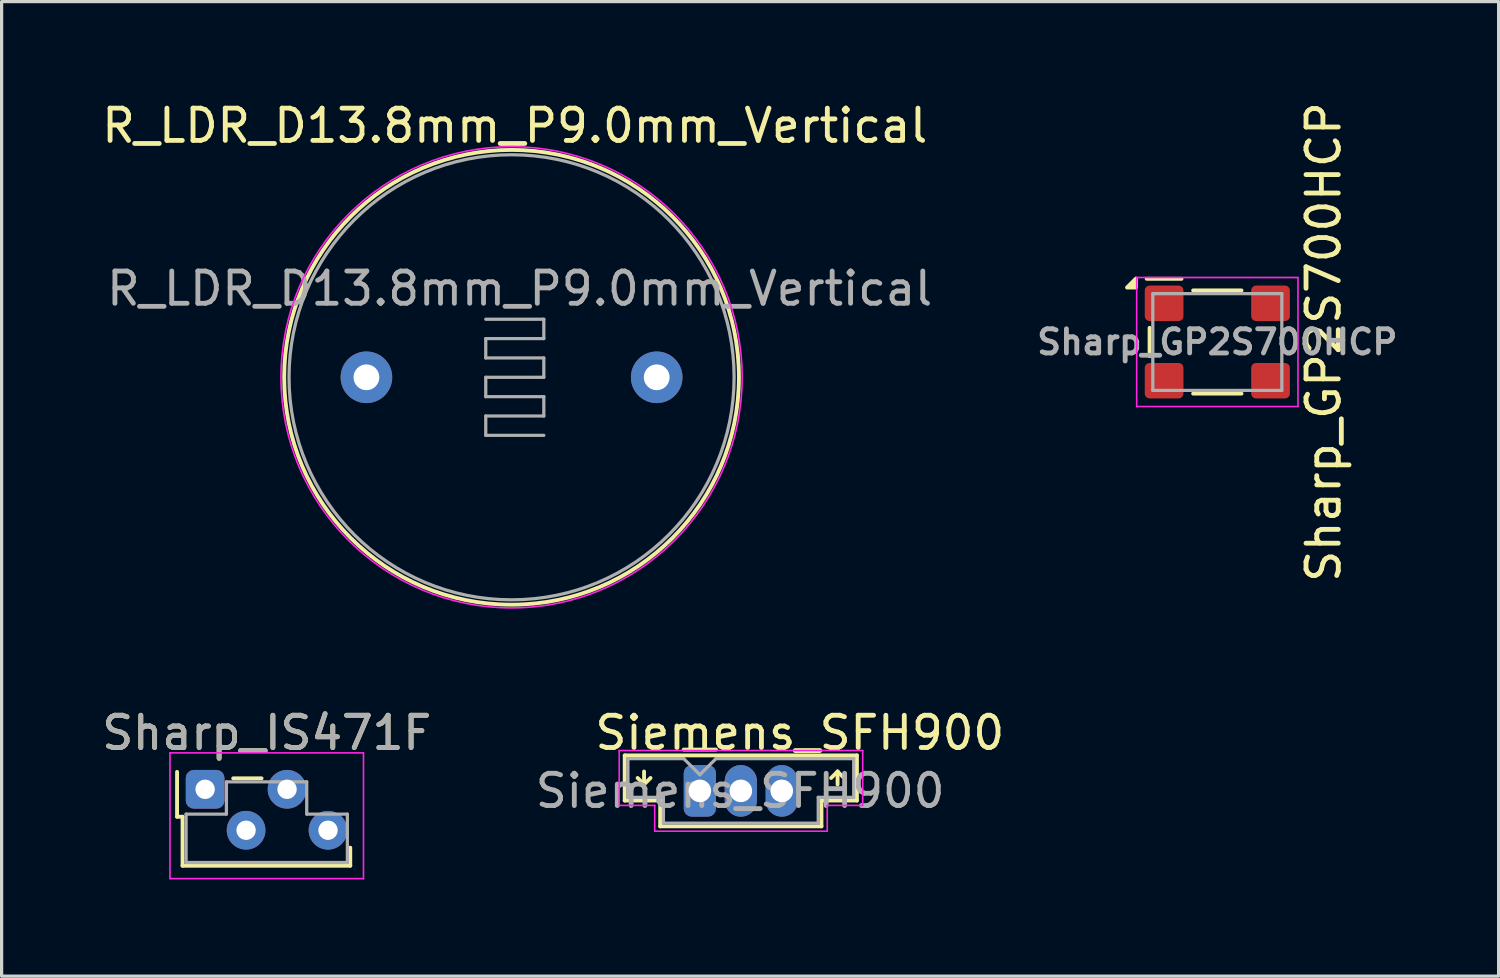
<source format=kicad_pcb>
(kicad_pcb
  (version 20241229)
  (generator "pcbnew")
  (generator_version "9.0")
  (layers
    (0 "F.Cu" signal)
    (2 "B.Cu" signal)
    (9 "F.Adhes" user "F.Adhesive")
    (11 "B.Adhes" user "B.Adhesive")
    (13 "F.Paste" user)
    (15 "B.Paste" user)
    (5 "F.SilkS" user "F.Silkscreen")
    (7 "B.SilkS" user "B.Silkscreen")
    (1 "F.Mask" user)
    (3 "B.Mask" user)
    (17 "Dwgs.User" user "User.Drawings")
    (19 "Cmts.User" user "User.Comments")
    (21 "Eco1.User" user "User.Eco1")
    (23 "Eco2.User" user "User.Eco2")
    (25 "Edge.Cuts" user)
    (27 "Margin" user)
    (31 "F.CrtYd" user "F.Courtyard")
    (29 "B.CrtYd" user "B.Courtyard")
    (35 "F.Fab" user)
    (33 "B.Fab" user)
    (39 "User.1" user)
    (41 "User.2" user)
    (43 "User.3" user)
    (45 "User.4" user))
  (footprint "R_LDR_D13.8mm_P9.0mm_Vertical"
    (layer "F.Cu")
    (at 8.311 8.648)
    (property "Reference" "R_LDR_D13.8mm_P9.0mm_Vertical" (at 4.6 -7.8 0) (layer "F.SilkS") (effects (font (size 1 1) (thickness 0.15))))
    (attr through_hole)
    (fp_circle (center 4.5 0) (end -2.55 0) (stroke (width 0.12) (type solid)) (fill no) (layer "F.SilkS"))
    (fp_circle (center 4.5 0) (end -2.65 0) (stroke (width 0.05) (type solid)) (fill no) (layer "F.CrtYd"))
    (fp_line (start 3.7 -1.8) (end 5.5 -1.8) (stroke (width 0.1) (type solid)) (layer "F.Fab"))
    (fp_line (start 3.7 -1.2) (end 3.7 -0.6) (stroke (width 0.1) (type solid)) (layer "F.Fab"))
    (fp_line (start 3.7 -0.6) (end 5.5 -0.6) (stroke (width 0.1) (type solid)) (layer "F.Fab"))
    (fp_line (start 3.7 0) (end 3.7 0.6) (stroke (width 0.1) (type solid)) (layer "F.Fab"))
    (fp_line (start 3.7 0.6) (end 5.5 0.6) (stroke (width 0.1) (type solid)) (layer "F.Fab"))
    (fp_line (start 3.7 1.2) (end 3.7 1.8) (stroke (width 0.1) (type solid)) (layer "F.Fab"))
    (fp_line (start 3.7 1.8) (end 5.5 1.8) (stroke (width 0.1) (type solid)) (layer "F.Fab"))
    (fp_line (start 5.5 -1.8) (end 5.5 -1.2) (stroke (width 0.1) (type solid)) (layer "F.Fab"))
    (fp_line (start 5.5 -1.2) (end 3.7 -1.2) (stroke (width 0.1) (type solid)) (layer "F.Fab"))
    (fp_line (start 5.5 -0.6) (end 5.5 0) (stroke (width 0.1) (type solid)) (layer "F.Fab"))
    (fp_line (start 5.5 0) (end 3.7 0) (stroke (width 0.1) (type solid)) (layer "F.Fab"))
    (fp_line (start 5.5 0.6) (end 5.5 1.2) (stroke (width 0.1) (type solid)) (layer "F.Fab"))
    (fp_line (start 5.5 1.2) (end 3.7 1.2) (stroke (width 0.1) (type solid)) (layer "F.Fab"))
    (fp_circle (center 4.5 0) (end -2.4 0) (stroke (width 0.1) (type solid)) (fill no) (layer "F.Fab"))
    (fp_text user "${REFERENCE}" (at 4.75 -2.75 0) (layer "F.Fab") (effects (font (size 1 1) (thickness 0.15))))
    (pad "1" thru_hole circle (at 0 0) (size 1.6 1.6) (drill 0.8) (layers "*.Cu" "*.Mask"))
    (pad "2" thru_hole circle (at 9 0) (size 1.6 1.6) (drill 0.8) (layers "*.Cu" "*.Mask")))
  (footprint "Sharp_IS471F"
    (layer "F.Cu")
    (at 3.31 21.422)
    (property "Reference" "Sharp_IS471F" (at 1.91 -1.75 0) (layer "F.SilkS") (effects (font (size 1 1) (thickness 0.15))))
    (attr through_hole)
    (fp_line (start -0.87 0.85) (end -0.87 -0.54) (stroke (width 0.12) (type solid)) (layer "F.SilkS"))
    (fp_line (start -0.87 0.85) (end -0.7 0.85) (stroke (width 0.12) (type solid)) (layer "F.SilkS"))
    (fp_line (start -0.7 2.37) (end -0.7 0.85) (stroke (width 0.12) (type solid)) (layer "F.SilkS"))
    (fp_line (start -0.7 2.37) (end 4.5 2.37) (stroke (width 0.12) (type solid)) (layer "F.SilkS"))
    (fp_line (start 1.75 -0.34) (end 0.87 -0.34) (stroke (width 0.12) (type solid)) (layer "F.SilkS"))
    (fp_line (start 4.5 2.37) (end 4.5 1.81) (stroke (width 0.12) (type solid)) (layer "F.SilkS"))
    (fp_line (start -1.09 -1.13) (end -1.09 2.77) (stroke (width 0.05) (type solid)) (layer "F.CrtYd"))
    (fp_line (start -1.09 2.77) (end 4.91 2.77) (stroke (width 0.05) (type solid)) (layer "F.CrtYd"))
    (fp_line (start 4.91 -1.13) (end -1.09 -1.13) (stroke (width 0.05) (type solid)) (layer "F.CrtYd"))
    (fp_line (start 4.91 2.77) (end 4.91 -1.13) (stroke (width 0.05) (type solid)) (layer "F.CrtYd"))
    (fp_line (start -0.59 0.77) (end -0.59 2.27) (stroke (width 0.1) (type solid)) (layer "F.Fab"))
    (fp_line (start -0.59 2.27) (end 4.41 2.27) (stroke (width 0.1) (type solid)) (layer "F.Fab"))
    (fp_line (start 0.66 -0.23) (end 0.66 0.77) (stroke (width 0.1) (type solid)) (layer "F.Fab"))
    (fp_line (start 0.66 0.77) (end -0.59 0.77) (stroke (width 0.1) (type solid)) (layer "F.Fab"))
    (fp_line (start 3.15 -0.23) (end 0.66 -0.23) (stroke (width 0.1) (type solid)) (layer "F.Fab"))
    (fp_line (start 3.15 0.77) (end 3.15 -0.23) (stroke (width 0.1) (type solid)) (layer "F.Fab"))
    (fp_line (start 4.41 0.77) (end 3.15 0.77) (stroke (width 0.1) (type solid)) (layer "F.Fab"))
    (fp_line (start 4.41 2.27) (end 4.41 0.77) (stroke (width 0.1) (type solid)) (layer "F.Fab"))
    (fp_text user "${REFERENCE}" (at 1.91 -1.75 0) (layer "F.Fab") (effects (font (size 1 1) (thickness 0.15))))
    (pad "1" thru_hole roundrect (at 0 0) (size 1.2 1.2) (drill 0.6) (layers "*.Cu" "*.Mask") (roundrect_rratio 0.208))
    (pad "2" thru_hole circle (at 1.27 1.27) (size 1.2 1.2) (drill 0.6) (layers "*.Cu" "*.Mask"))
    (pad "3" thru_hole circle (at 2.54 0) (size 1.2 1.2) (drill 0.6) (layers "*.Cu" "*.Mask"))
    (pad "4" thru_hole circle (at 3.81 1.27) (size 1.2 1.2) (drill 0.6) (layers "*.Cu" "*.Mask")))
  (footprint "Siemens_SFH900"
    (layer "F.Cu")
    (at 18.649 21.471)
    (property "Reference" "Siemens_SFH900" (at 3.1 -1.8 0) (layer "F.SilkS") (effects (font (size 1 1) (thickness 0.15))))
    (attr through_hole)
    (fp_line (start -2.33 -1.1) (end 4.87 -1.1) (stroke (width 0.12) (type solid)) (layer "F.SilkS"))
    (fp_line (start -2.33 0.3) (end -2.33 -1.1) (stroke (width 0.12) (type solid)) (layer "F.SilkS"))
    (fp_line (start -1.73 -0.6) (end -1.73 -0.2) (stroke (width 0.12) (type solid)) (layer "F.SilkS"))
    (fp_line (start -1.73 -0.2) (end -1.93 -0.4) (stroke (width 0.12) (type solid)) (layer "F.SilkS"))
    (fp_line (start -1.73 -0.2) (end -1.53 -0.4) (stroke (width 0.12) (type solid)) (layer "F.SilkS"))
    (fp_line (start -1.23 0.3) (end -2.33 0.3) (stroke (width 0.12) (type solid)) (layer "F.SilkS"))
    (fp_line (start -1.23 1.1) (end -1.23 0.3) (stroke (width 0.12) (type solid)) (layer "F.SilkS"))
    (fp_line (start -0.5 -1.28) (end 0.5 -1.28) (stroke (width 0.12) (type solid)) (layer "F.SilkS"))
    (fp_line (start 3.77 0.3) (end 3.77 1.1) (stroke (width 0.12) (type solid)) (layer "F.SilkS"))
    (fp_line (start 3.77 1.1) (end -1.23 1.1) (stroke (width 0.12) (type solid)) (layer "F.SilkS"))
    (fp_line (start 4.27 -0.6) (end 4.07 -0.4) (stroke (width 0.12) (type solid)) (layer "F.SilkS"))
    (fp_line (start 4.27 -0.6) (end 4.47 -0.4) (stroke (width 0.12) (type solid)) (layer "F.SilkS"))
    (fp_line (start 4.27 -0.2) (end 4.27 -0.6) (stroke (width 0.12) (type solid)) (layer "F.SilkS"))
    (fp_line (start 4.87 -1.1) (end 4.87 0.3) (stroke (width 0.12) (type solid)) (layer "F.SilkS"))
    (fp_line (start 4.87 0.3) (end 3.77 0.3) (stroke (width 0.12) (type solid)) (layer "F.SilkS"))
    (fp_line (start -2.5 -1.25) (end 5.05 -1.25) (stroke (width 0.05) (type solid)) (layer "F.CrtYd"))
    (fp_line (start -2.5 0.45) (end -2.5 -1.25) (stroke (width 0.05) (type solid)) (layer "F.CrtYd"))
    (fp_line (start -1.4 0.45) (end -2.5 0.45) (stroke (width 0.05) (type solid)) (layer "F.CrtYd"))
    (fp_line (start -1.4 1.25) (end -1.4 0.45) (stroke (width 0.05) (type solid)) (layer "F.CrtYd"))
    (fp_line (start 3.95 0.45) (end 3.95 1.25) (stroke (width 0.05) (type solid)) (layer "F.CrtYd"))
    (fp_line (start 3.95 1.25) (end -1.4 1.25) (stroke (width 0.05) (type solid)) (layer "F.CrtYd"))
    (fp_line (start 5.05 -1.25) (end 5.05 0.45) (stroke (width 0.05) (type solid)) (layer "F.CrtYd"))
    (fp_line (start 5.05 0.45) (end 3.95 0.45) (stroke (width 0.05) (type solid)) (layer "F.CrtYd"))
    (fp_line (start -2.23 -1) (end -2.23 0.2) (stroke (width 0.1) (type solid)) (layer "F.Fab"))
    (fp_line (start -2.23 -1) (end -0.5 -1) (stroke (width 0.1) (type solid)) (layer "F.Fab"))
    (fp_line (start -2.23 0.2) (end -1.13 0.2) (stroke (width 0.1) (type solid)) (layer "F.Fab"))
    (fp_line (start -1.13 0.2) (end -1.13 1) (stroke (width 0.1) (type solid)) (layer "F.Fab"))
    (fp_line (start -1.13 1) (end 3.67 1) (stroke (width 0.1) (type solid)) (layer "F.Fab"))
    (fp_line (start 0 -0.5) (end -0.5 -1) (stroke (width 0.1) (type solid)) (layer "F.Fab"))
    (fp_line (start 0 -0.5) (end 0.5 -1) (stroke (width 0.1) (type solid)) (layer "F.Fab"))
    (fp_line (start 0.5 -1) (end 4.77 -1) (stroke (width 0.1) (type solid)) (layer "F.Fab"))
    (fp_line (start 3.67 1) (end 3.67 0.2) (stroke (width 0.1) (type solid)) (layer "F.Fab"))
    (fp_line (start 4.77 -1) (end 4.77 0.2) (stroke (width 0.1) (type solid)) (layer "F.Fab"))
    (fp_line (start 4.77 0.2) (end 3.67 0.2) (stroke (width 0.1) (type solid)) (layer "F.Fab"))
    (fp_text user "${REFERENCE}" (at 1.25 0 0) (layer "F.Fab") (effects (font (size 1 1) (thickness 0.15))))
    (pad "1" thru_hole roundrect (at 0 0) (size 1 1.6) (drill 0.7) (layers "*.Cu" "*.Mask") (roundrect_rratio 0.25))
    (pad "2" thru_hole oval (at 1.27 0) (size 1 1.6) (drill 0.7) (layers "*.Cu" "*.Mask"))
    (pad "3" thru_hole oval (at 2.54 0) (size 1 1.6) (drill 0.7) (layers "*.Cu" "*.Mask")))
  (footprint "Sharp_GP2S700HCP"
    (layer "F.Cu")
    (at 34.693 7.554)
    (property "Reference" "Sharp_GP2S700HCP" (at 3.295 0 90) (layer "F.SilkS") (effects (font (size 1 1) (thickness 0.15))))
    (attr smd)
    (fp_line (start -2.1 -0.44) (end -2.1 0.44) (stroke (width 0.12) (type default)) (layer "F.SilkS"))
    (fp_line (start -1.11 -1.96) (end -2.19 -1.96) (stroke (width 0.12) (type default)) (layer "F.SilkS"))
    (fp_line (start -0.75 -1.6) (end 0.75 -1.6) (stroke (width 0.12) (type default)) (layer "F.SilkS"))
    (fp_line (start -0.75 1.6) (end 0.75 1.6) (stroke (width 0.12) (type default)) (layer "F.SilkS"))
    (fp_poly (pts (xy -2.52 -1.69) (xy -2.8 -1.69) (xy -2.52 -1.97) (xy -2.52 -1.69)) (stroke (width 0.12) (type solid)) (fill yes) (layer "F.SilkS"))
    (fp_line (start -2.5 -2) (end 2.5 -2) (stroke (width 0.05) (type default)) (layer "F.CrtYd"))
    (fp_line (start -2.5 2) (end -2.5 -2) (stroke (width 0.05) (type default)) (layer "F.CrtYd"))
    (fp_line (start -2.5 2) (end 2.5 2) (stroke (width 0.05) (type default)) (layer "F.CrtYd"))
    (fp_line (start 2.5 -2) (end 2.5 2) (stroke (width 0.05) (type default)) (layer "F.CrtYd"))
    (fp_line (start -2 -1.5) (end 2 -1.5) (stroke (width 0.1) (type default)) (layer "F.Fab"))
    (fp_line (start -2 1.5) (end -2 -1.5) (stroke (width 0.1) (type default)) (layer "F.Fab"))
    (fp_line (start -2 1.5) (end 2 1.5) (stroke (width 0.1) (type default)) (layer "F.Fab"))
    (fp_line (start 2 -1.5) (end 2 1.5) (stroke (width 0.1) (type default)) (layer "F.Fab"))
    (fp_text user "${REFERENCE}" (at 0 0 0) (layer "F.Fab") (effects (font (size 0.75 0.75) (thickness 0.15))))
    (pad "1" smd roundrect (at -1.65 -1.2) (size 1.2 1.1) (layers "F.Cu" "F.Mask" "F.Paste") (roundrect_rratio 0.136))
    (pad "2" smd roundrect (at -1.65 1.2) (size 1.2 1.1) (layers "F.Cu" "F.Mask" "F.Paste") (roundrect_rratio 0.136))
    (pad "3" smd roundrect (at 1.65 1.2) (size 1.2 1.1) (layers "F.Cu" "F.Mask" "F.Paste") (roundrect_rratio 0.136))
    (pad "4" smd roundrect (at 1.65 -1.2) (size 1.2 1.1) (layers "F.Cu" "F.Mask" "F.Paste") (roundrect_rratio 0.136))
    (zone (net_name "") (layer "F.Cu") (name "keepout to avoid short circuit") (hatch edge 0.5) (connect_pads) (min_thickness 0.25) (filled_areas_thickness no) (keepout (tracks not_allowed) (vias not_allowed) (pads not_allowed) (copperpour not_allowed) (footprints not_allowed)) (placement (enabled no)) (fill) (polygon (pts (xy 32.443 6.904) (xy 33.643 6.904) (xy 33.643 5.804) (xy 35.743 5.804) (xy 35.743 6.904) (xy 36.943 6.904) (xy 36.943 8.204) (xy 35.743 8.204) (xy 35.743 9.304) (xy 33.643 9.304) (xy 33.643 8.204) (xy 32.443 8.204)))))
  (gr_rect
    (start -3 -3)
    (end 43.414 27.216)
    (stroke (width 0.1) (type default))
    (fill no)
    (layer "Edge.Cuts")))
</source>
